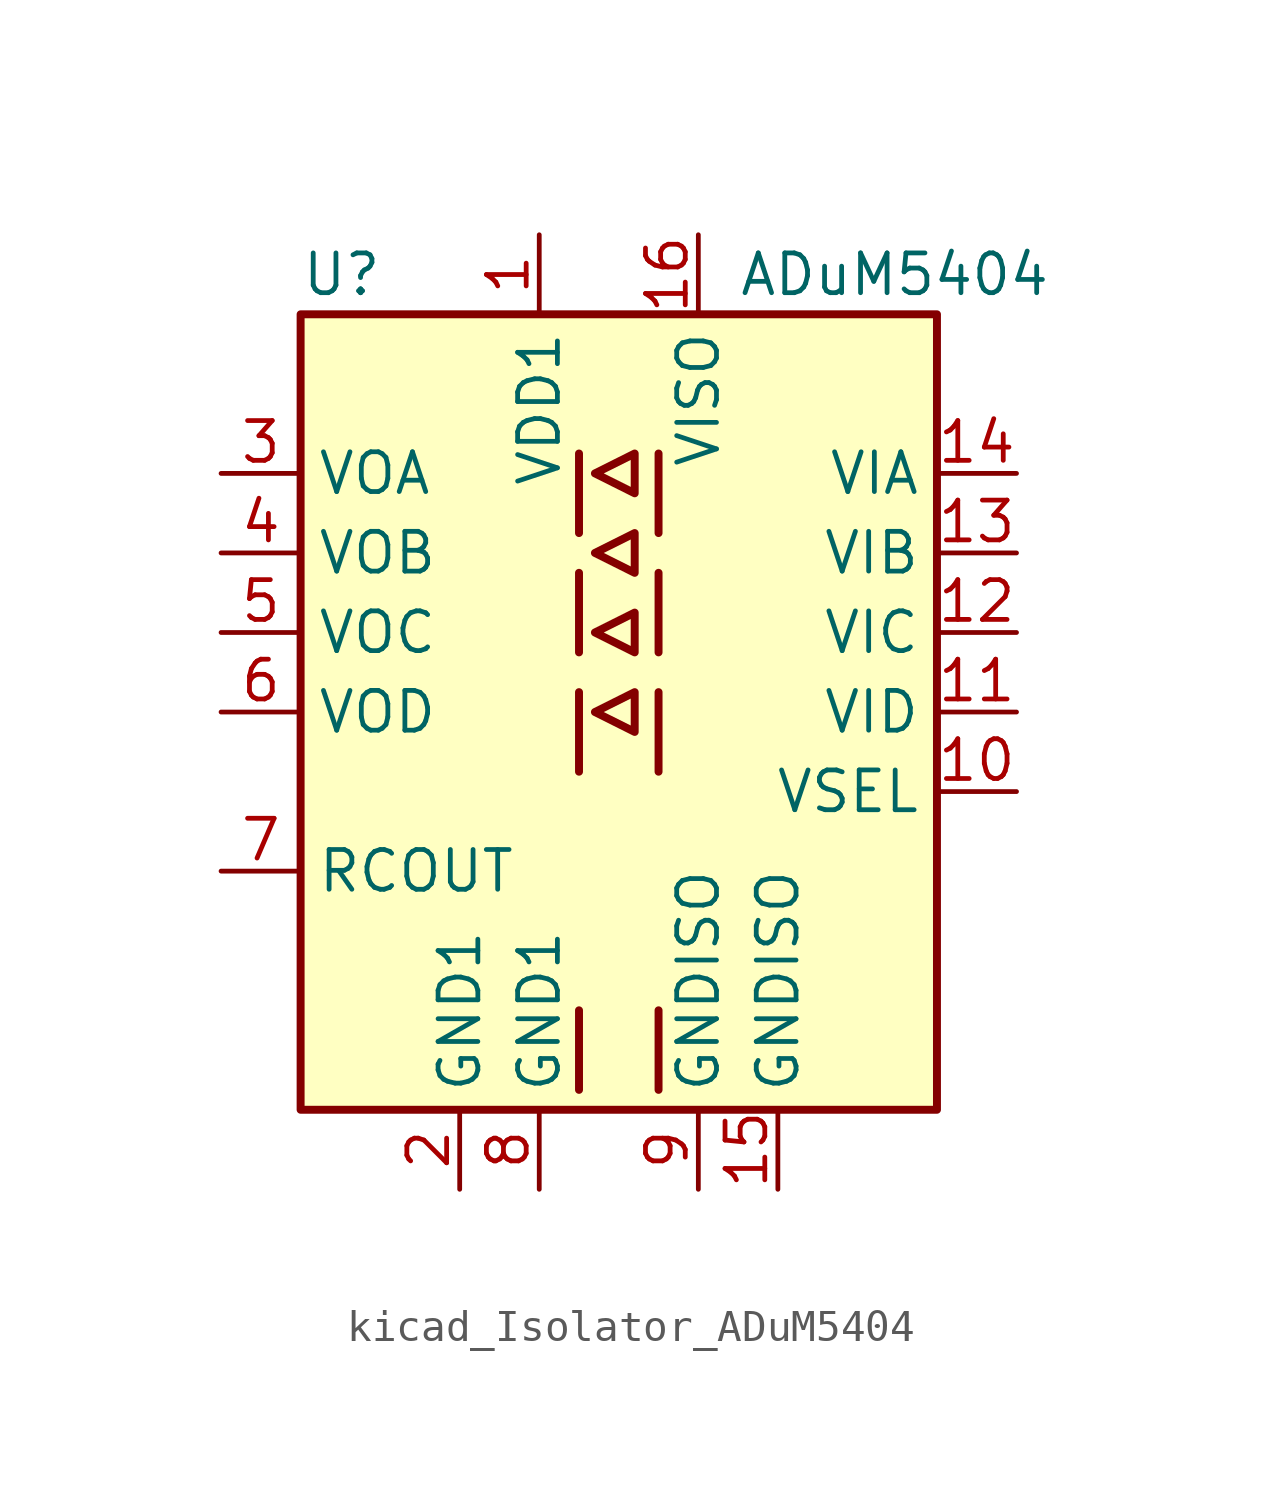
<source format=kicad_sym>
(kicad_symbol_lib
  (version 20220914)
  (generator kicad_symbol_editor)
  (symbol "kicad_Isolator_ADuM5404"
    (property "Reference" "U"
      (at -10.16 13.97 0)
      (effects (font (size 1.27 1.27)) (justify left)))
    (property "Value" "ADuM5404"
      (at 3.81 13.97 0)
      (effects (font (size 1.27 1.27)) (justify left)))
    (symbol "kicad_Isolator_ADuM5404_0_1"
      (rectangle (start -10.16 12.7) (end 10.16 -12.7) (stroke (width 0.254) (type default)) (fill (type background)))
      (polyline (pts (xy -1.27 -9.525) (xy -1.27 -12.065)) (stroke (width 0.254) (type default)) (fill (type none)))
      (polyline (pts (xy -1.27 0.635) (xy -1.27 -1.905)) (stroke (width 0.254) (type default)) (fill (type none)))
      (polyline (pts (xy -1.27 4.445) (xy -1.27 1.905)) (stroke (width 0.254) (type default)) (fill (type none)))
      (polyline (pts (xy -1.27 8.255) (xy -1.27 5.715)) (stroke (width 0.254) (type default)) (fill (type none)))
      (polyline (pts (xy 1.27 -9.525) (xy 1.27 -12.065)) (stroke (width 0.254) (type default)) (fill (type none)))
      (polyline (pts (xy 1.27 0.635) (xy 1.27 -1.905)) (stroke (width 0.254) (type default)) (fill (type none)))
      (polyline (pts (xy 1.27 4.445) (xy 1.27 1.905)) (stroke (width 0.254) (type default)) (fill (type none)))
      (polyline (pts (xy 1.27 8.255) (xy 1.27 5.715)) (stroke (width 0.254) (type default)) (fill (type none)))
      (polyline (pts (xy 0.508 0.635) (xy 0.508 -0.635) (xy -0.762 0) (xy 0.508 0.635)) (stroke (width 0.254) (type default)) (fill (type none)))
      (polyline (pts (xy 0.508 1.905) (xy -0.762 2.54) (xy 0.508 3.175) (xy 0.508 1.905)) (stroke (width 0.254) (type default)) (fill (type none)))
      (polyline (pts (xy 0.508 5.715) (xy 0.508 4.445) (xy -0.762 5.08) (xy 0.508 5.715)) (stroke (width 0.254) (type default)) (fill (type none)))
      (polyline (pts (xy 0.508 6.985) (xy -0.762 7.62) (xy 0.508 8.255) (xy 0.508 6.985)) (stroke (width 0.254) (type default)) (fill (type none))))
    (symbol "kicad_Isolator_ADuM5404_1_1"
      (pin power_in line (at -2.54 15.24 270) (length 2.54) (name "VDD1" (effects (font (size 1.27 1.27)))) (number "1" (effects (font (size 1.27 1.27)))))
      (pin input line (at 12.7 -2.54 180) (length 2.54) (name "VSEL" (effects (font (size 1.27 1.27)))) (number "10" (effects (font (size 1.27 1.27)))))
      (pin input line (at 12.7 0 180) (length 2.54) (name "VID" (effects (font (size 1.27 1.27)))) (number "11" (effects (font (size 1.27 1.27)))))
      (pin input line (at 12.7 2.54 180) (length 2.54) (name "VIC" (effects (font (size 1.27 1.27)))) (number "12" (effects (font (size 1.27 1.27)))))
      (pin input line (at 12.7 5.08 180) (length 2.54) (name "VIB" (effects (font (size 1.27 1.27)))) (number "13" (effects (font (size 1.27 1.27)))))
      (pin input line (at 12.7 7.62 180) (length 2.54) (name "VIA" (effects (font (size 1.27 1.27)))) (number "14" (effects (font (size 1.27 1.27)))))
      (pin power_in line (at 5.08 -15.24 90) (length 2.54) (name "GNDISO" (effects (font (size 1.27 1.27)))) (number "15" (effects (font (size 1.27 1.27)))))
      (pin power_in line (at 2.54 15.24 270) (length 2.54) (name "VISO" (effects (font (size 1.27 1.27)))) (number "16" (effects (font (size 1.27 1.27)))))
      (pin power_in line (at -5.08 -15.24 90) (length 2.54) (name "GND1" (effects (font (size 1.27 1.27)))) (number "2" (effects (font (size 1.27 1.27)))))
      (pin output line (at -12.7 7.62 0) (length 2.54) (name "VOA" (effects (font (size 1.27 1.27)))) (number "3" (effects (font (size 1.27 1.27)))))
      (pin output line (at -12.7 5.08 0) (length 2.54) (name "VOB" (effects (font (size 1.27 1.27)))) (number "4" (effects (font (size 1.27 1.27)))))
      (pin output line (at -12.7 2.54 0) (length 2.54) (name "VOC" (effects (font (size 1.27 1.27)))) (number "5" (effects (font (size 1.27 1.27)))))
      (pin output line (at -12.7 0 0) (length 2.54) (name "VOD" (effects (font (size 1.27 1.27)))) (number "6" (effects (font (size 1.27 1.27)))))
      (pin output line (at -12.7 -5.08 0) (length 2.54) (name "RCOUT" (effects (font (size 1.27 1.27)))) (number "7" (effects (font (size 1.27 1.27)))))
      (pin power_in line (at -2.54 -15.24 90) (length 2.54) (name "GND1" (effects (font (size 1.27 1.27)))) (number "8" (effects (font (size 1.27 1.27)))))
      (pin power_in line (at 2.54 -15.24 90) (length 2.54) (name "GNDISO" (effects (font (size 1.27 1.27)))) (number "9" (effects (font (size 1.27 1.27))))))))
</source>
